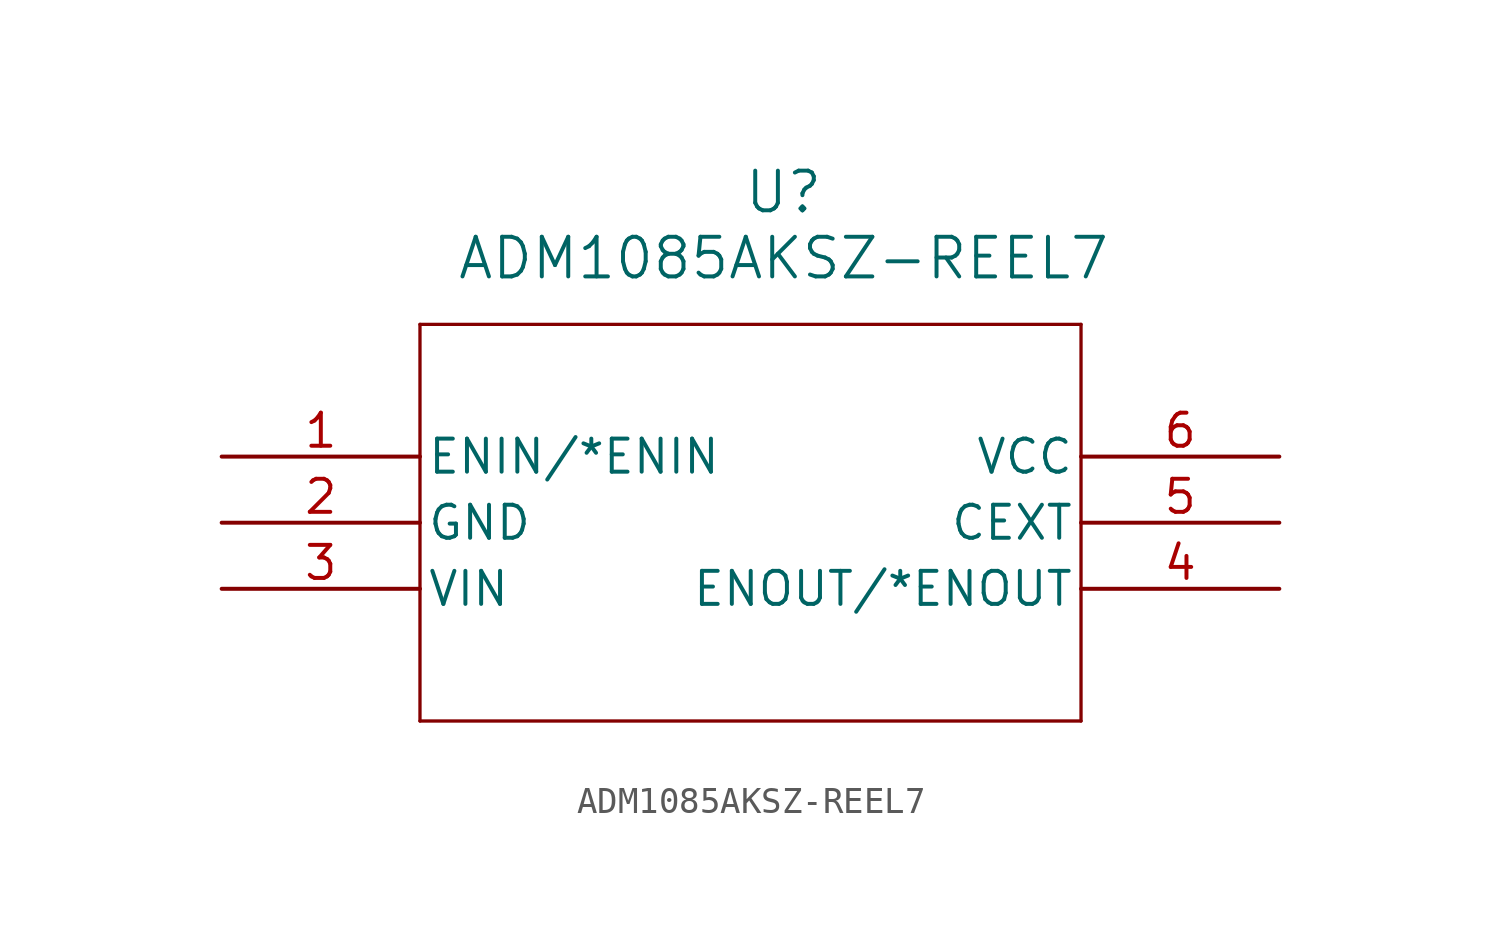
<source format=kicad_sym>
(kicad_symbol_lib
  (version 20211014)
  (generator kicad_symbol_editor)
  (symbol "ADM1085AKSZ-REEL7"
    (pin_names
      (offset 0.254))
    (property "Reference" "U"
      (at 21.59 10.16 0)
      (effects (font (size 1.524 1.524))))
    (property "Value" "ADM1085AKSZ-REEL7"
      (at 21.59 7.62 0)
      (effects (font (size 1.524 1.524))))
    (property "ki_locked" ""
      (at 0 0 0)
      (effects (font (size 1.27 1.27))))
    (symbol "ADM1085AKSZ-REEL7_0_1"
      (polyline (pts (xy 7.62 -10.16) (xy 33.02 -10.16)) (stroke (width 0.127) (type default) (color 0 0 0 0)) (fill (type none)))
      (polyline (pts (xy 7.62 5.08) (xy 7.62 -10.16)) (stroke (width 0.127) (type default) (color 0 0 0 0)) (fill (type none)))
      (polyline (pts (xy 33.02 -10.16) (xy 33.02 5.08)) (stroke (width 0.127) (type default) (color 0 0 0 0)) (fill (type none)))
      (polyline (pts (xy 33.02 5.08) (xy 7.62 5.08)) (stroke (width 0.127) (type default) (color 0 0 0 0)) (fill (type none)))
      (pin input line (at 0 0 0) (length 7.62) (name "ENIN/*ENIN" (effects (font (size 1.27 1.27)))) (number "1" (effects (font (size 1.27 1.27)))))
      (pin power_in line (at 0 -2.54 0) (length 7.62) (name "GND" (effects (font (size 1.27 1.27)))) (number "2" (effects (font (size 1.27 1.27)))))
      (pin input line (at 0 -5.08 0) (length 7.62) (name "VIN" (effects (font (size 1.27 1.27)))) (number "3" (effects (font (size 1.27 1.27)))))
      (pin output line (at 40.64 -5.08 180) (length 7.62) (name "ENOUT/*ENOUT" (effects (font (size 1.27 1.27)))) (number "4" (effects (font (size 1.27 1.27)))))
      (pin unspecified line (at 40.64 -2.54 180) (length 7.62) (name "CEXT" (effects (font (size 1.27 1.27)))) (number "5" (effects (font (size 1.27 1.27)))))
      (pin power_in line (at 40.64 0 180) (length 7.62) (name "VCC" (effects (font (size 1.27 1.27)))) (number "6" (effects (font (size 1.27 1.27))))))))
</source>
